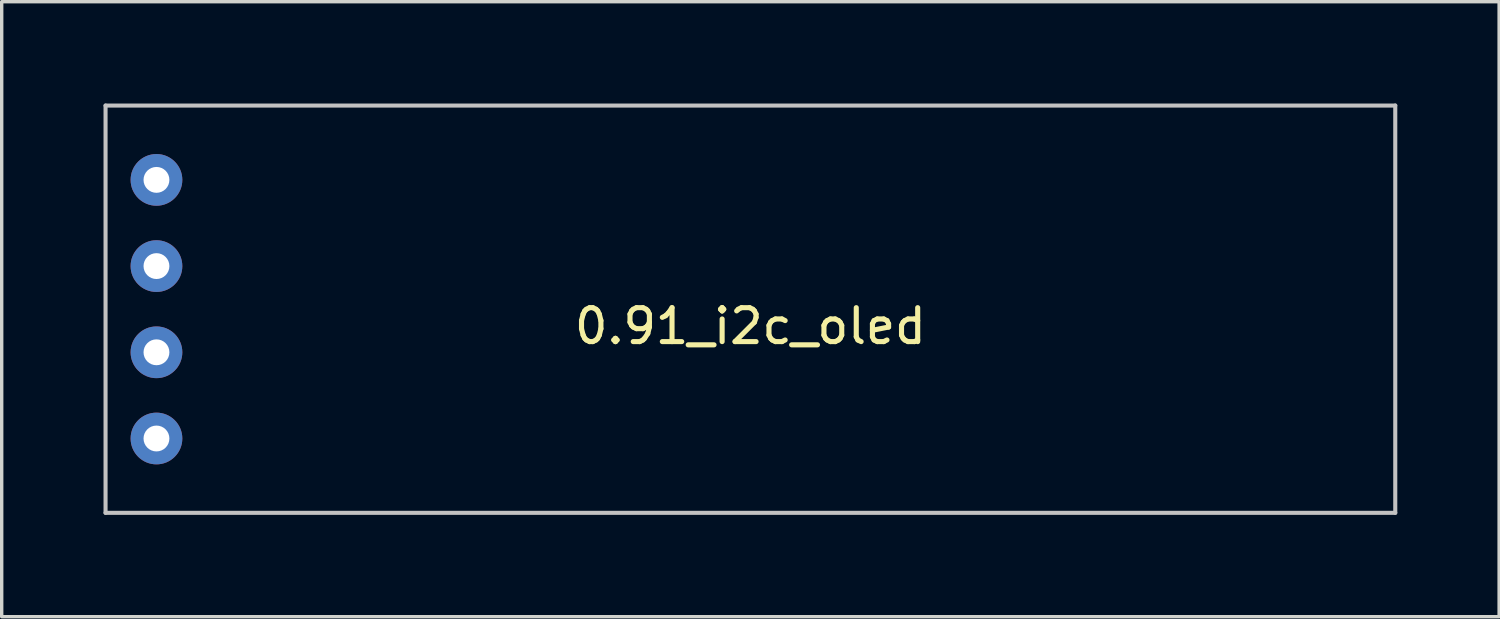
<source format=kicad_pcb>
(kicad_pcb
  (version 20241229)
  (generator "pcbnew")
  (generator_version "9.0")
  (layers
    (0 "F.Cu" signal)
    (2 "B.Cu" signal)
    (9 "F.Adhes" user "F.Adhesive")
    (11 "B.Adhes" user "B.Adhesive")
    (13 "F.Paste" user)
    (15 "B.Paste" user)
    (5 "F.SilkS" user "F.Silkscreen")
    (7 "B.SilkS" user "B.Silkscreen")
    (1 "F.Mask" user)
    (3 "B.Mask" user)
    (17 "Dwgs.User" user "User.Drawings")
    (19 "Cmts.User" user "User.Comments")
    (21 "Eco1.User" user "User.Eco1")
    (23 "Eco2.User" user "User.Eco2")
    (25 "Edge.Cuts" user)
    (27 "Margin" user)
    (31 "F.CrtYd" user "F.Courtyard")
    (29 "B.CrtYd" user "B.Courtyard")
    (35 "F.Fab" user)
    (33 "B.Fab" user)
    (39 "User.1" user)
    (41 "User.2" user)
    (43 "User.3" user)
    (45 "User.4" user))
  (footprint "0.91_i2c_oled"
    (layer "F.Cu")
    (at 19.06 6.06)
    (property "Reference" "0.91_i2c_oled" (at 0 0.5 0) (layer "F.SilkS") (effects (font (size 1 1) (thickness 0.15))))
    (attr through_hole)
    (fp_line (start -19 -6) (end -19 6) (stroke (width 0.12) (type solid)) (layer "Dwgs.User"))
    (fp_line (start -19 6) (end 19 6) (stroke (width 0.12) (type solid)) (layer "Dwgs.User"))
    (fp_line (start 19 -6) (end -19 -6) (stroke (width 0.12) (type solid)) (layer "Dwgs.User"))
    (fp_line (start 19 6) (end 19 -6) (stroke (width 0.12) (type solid)) (layer "Dwgs.User"))
    (pad "1" thru_hole circle (at -17.5 3.81) (size 1.524 1.524) (drill 0.762) (layers "*.Cu" "*.Mask"))
    (pad "2" thru_hole circle (at -17.5 1.27) (size 1.524 1.524) (drill 0.762) (layers "*.Cu" "*.Mask"))
    (pad "3" thru_hole circle (at -17.5 -1.27) (size 1.524 1.524) (drill 0.762) (layers "*.Cu" "*.Mask"))
    (pad "4" thru_hole circle (at -17.5 -3.81) (size 1.524 1.524) (drill 0.762) (layers "*.Cu" "*.Mask")))
  (gr_rect
    (start -3 -3)
    (end 41.12 15.12)
    (stroke (width 0.1) (type default))
    (fill no)
    (layer "Edge.Cuts")))
</source>
